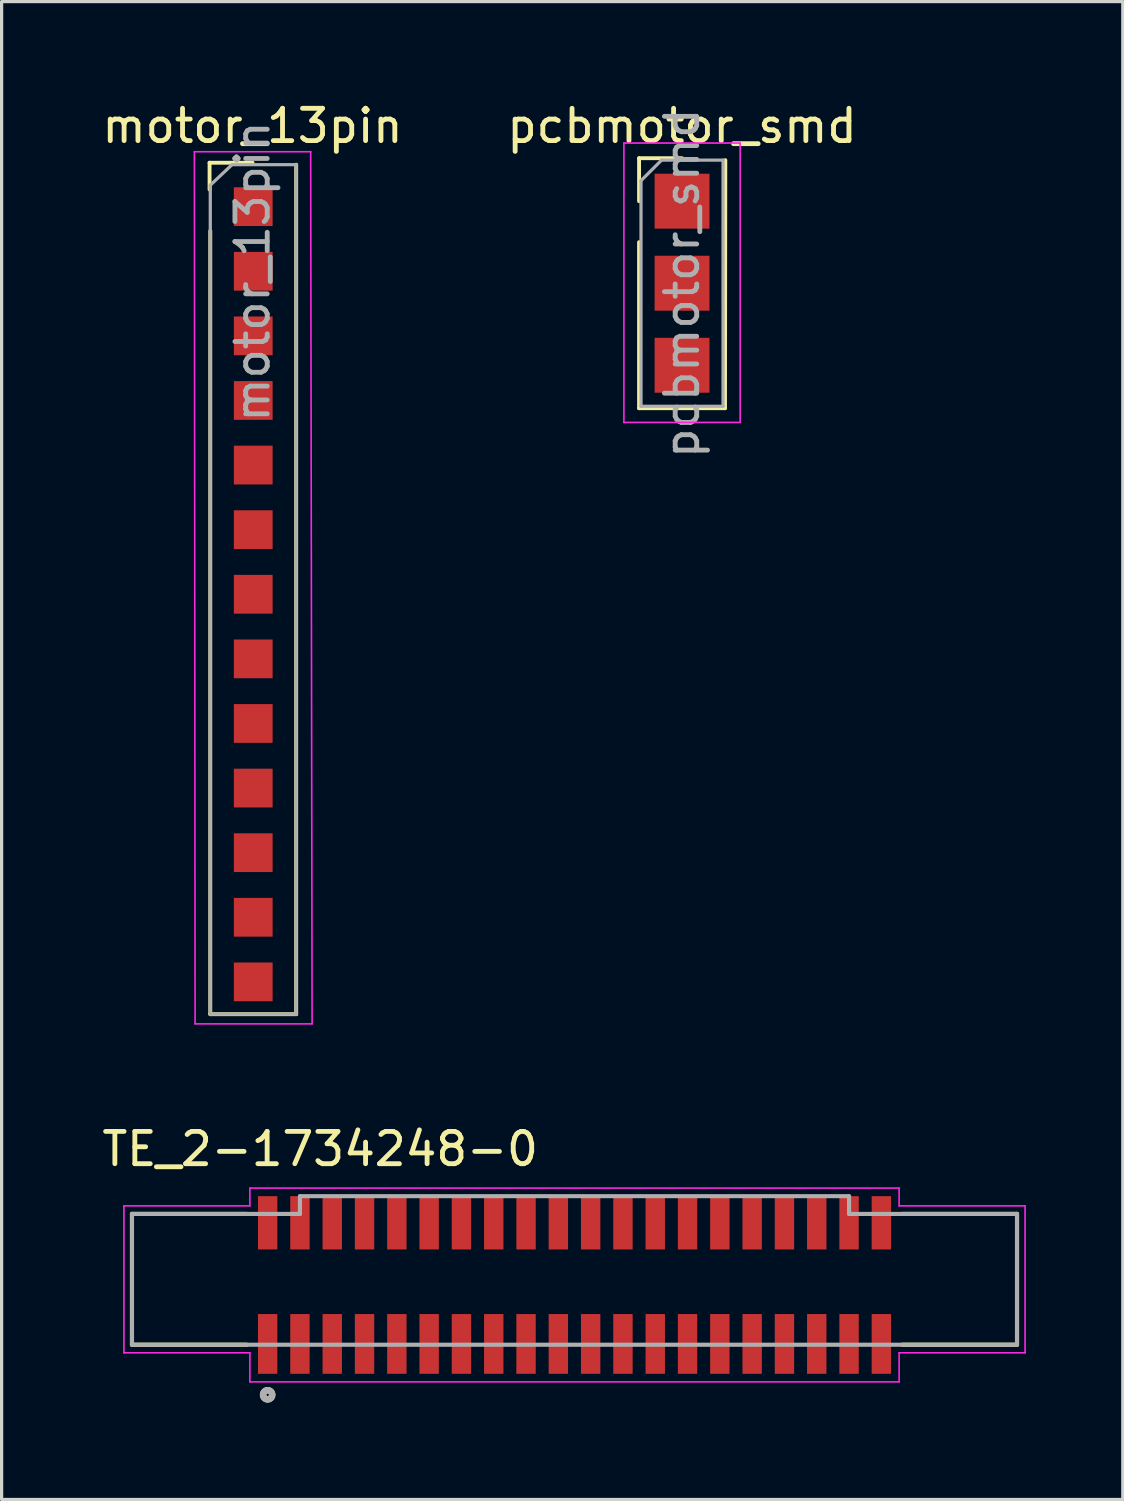
<source format=kicad_pcb>
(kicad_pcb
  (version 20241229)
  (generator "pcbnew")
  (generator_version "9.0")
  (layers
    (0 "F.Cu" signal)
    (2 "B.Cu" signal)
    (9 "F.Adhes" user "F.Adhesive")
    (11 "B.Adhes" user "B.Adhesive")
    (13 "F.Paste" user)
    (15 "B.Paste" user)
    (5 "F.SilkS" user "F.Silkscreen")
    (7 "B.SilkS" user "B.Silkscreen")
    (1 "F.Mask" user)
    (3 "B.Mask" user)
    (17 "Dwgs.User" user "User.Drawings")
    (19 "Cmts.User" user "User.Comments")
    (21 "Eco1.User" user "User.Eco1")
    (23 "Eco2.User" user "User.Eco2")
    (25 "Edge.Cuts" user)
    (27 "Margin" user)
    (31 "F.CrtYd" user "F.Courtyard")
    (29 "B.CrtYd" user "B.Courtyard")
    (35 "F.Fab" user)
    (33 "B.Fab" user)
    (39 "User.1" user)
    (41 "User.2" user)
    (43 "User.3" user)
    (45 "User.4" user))
  (footprint "TE_2-1734248-0"
    (layer "F.Cu")
    (at 14.206 36.572)
    (property "Reference" "TE_2-1734248-0" (at -7.343 -4.05 0) (layer "F.SilkS") (effects (font (size 1 1) (thickness 0.15))))
    (attr smd)
    (fp_line (start -13.17 -2.04) (end -9.62 -2.04) (stroke (width 0.127) (type solid)) (layer "F.SilkS"))
    (fp_line (start -13.17 2.01) (end -13.17 -2.04) (stroke (width 0.127) (type solid)) (layer "F.SilkS"))
    (fp_line (start -13.17 2.01) (end -9.62 2.01) (stroke (width 0.127) (type solid)) (layer "F.SilkS"))
    (fp_line (start 14.23 -2.04) (end 10.68 -2.04) (stroke (width 0.127) (type solid)) (layer "F.SilkS"))
    (fp_line (start 14.23 2.01) (end 10.68 2.01) (stroke (width 0.127) (type solid)) (layer "F.SilkS"))
    (fp_line (start 14.23 2.01) (end 14.23 -2.04) (stroke (width 0.127) (type solid)) (layer "F.SilkS"))
    (fp_circle (center -8.97 3.56) (end -8.829 3.56) (stroke (width 0.2) (type solid)) (fill no) (layer "F.SilkS"))
    (fp_line (start -13.42 -2.29) (end -9.52 -2.29) (stroke (width 0.05) (type solid)) (layer "F.CrtYd"))
    (fp_line (start -13.42 2.26) (end -13.42 -2.29) (stroke (width 0.05) (type solid)) (layer "F.CrtYd"))
    (fp_line (start -9.52 -2.84) (end 10.58 -2.84) (stroke (width 0.05) (type solid)) (layer "F.CrtYd"))
    (fp_line (start -9.52 -2.29) (end -9.52 -2.84) (stroke (width 0.05) (type solid)) (layer "F.CrtYd"))
    (fp_line (start -9.52 2.26) (end -13.42 2.26) (stroke (width 0.05) (type solid)) (layer "F.CrtYd"))
    (fp_line (start -9.52 3.16) (end -9.52 2.26) (stroke (width 0.05) (type solid)) (layer "F.CrtYd"))
    (fp_line (start 10.58 -2.84) (end 10.58 -2.29) (stroke (width 0.05) (type solid)) (layer "F.CrtYd"))
    (fp_line (start 10.58 -2.29) (end 14.48 -2.29) (stroke (width 0.05) (type solid)) (layer "F.CrtYd"))
    (fp_line (start 10.58 2.26) (end 10.58 3.16) (stroke (width 0.05) (type solid)) (layer "F.CrtYd"))
    (fp_line (start 10.58 3.16) (end -9.52 3.16) (stroke (width 0.05) (type solid)) (layer "F.CrtYd"))
    (fp_line (start 14.48 -2.29) (end 14.48 2.26) (stroke (width 0.05) (type solid)) (layer "F.CrtYd"))
    (fp_line (start 14.48 2.26) (end 10.58 2.26) (stroke (width 0.05) (type solid)) (layer "F.CrtYd"))
    (fp_line (start -13.17 -2.04) (end -7.97 -2.04) (stroke (width 0.127) (type solid)) (layer "F.Fab"))
    (fp_line (start -13.17 2.01) (end -13.17 -2.04) (stroke (width 0.127) (type solid)) (layer "F.Fab"))
    (fp_line (start -7.97 -2.59) (end 9.03 -2.59) (stroke (width 0.127) (type solid)) (layer "F.Fab"))
    (fp_line (start -7.97 -2.04) (end -7.97 -2.59) (stroke (width 0.127) (type solid)) (layer "F.Fab"))
    (fp_line (start 9.03 -2.04) (end 9.03 -2.59) (stroke (width 0.127) (type solid)) (layer "F.Fab"))
    (fp_line (start 14.23 -2.04) (end 9.03 -2.04) (stroke (width 0.127) (type solid)) (layer "F.Fab"))
    (fp_line (start 14.23 2.01) (end -13.17 2.01) (stroke (width 0.127) (type solid)) (layer "F.Fab"))
    (fp_line (start 14.23 2.01) (end 14.23 -2.04) (stroke (width 0.127) (type solid)) (layer "F.Fab"))
    (fp_circle (center -8.97 3.56) (end -8.829 3.56) (stroke (width 0.2) (type solid)) (fill no) (layer "F.Fab"))
    (pad "1" smd rect (at -8.97 1.985) (size 0.6 1.85) (layers "F.Cu" "F.Mask" "F.Paste"))
    (pad "1_1" smd rect (at -8.97 -1.765) (size 0.6 1.65) (layers "F.Cu" "F.Mask" "F.Paste"))
    (pad "2" smd rect (at -7.97 1.985) (size 0.6 1.85) (layers "F.Cu" "F.Mask" "F.Paste"))
    (pad "2_1" smd rect (at -7.97 -1.765) (size 0.6 1.65) (layers "F.Cu" "F.Mask" "F.Paste"))
    (pad "3" smd rect (at -6.97 1.985) (size 0.6 1.85) (layers "F.Cu" "F.Mask" "F.Paste"))
    (pad "3_1" smd rect (at -6.97 -1.765) (size 0.6 1.65) (layers "F.Cu" "F.Mask" "F.Paste"))
    (pad "4" smd rect (at -5.97 1.985) (size 0.6 1.85) (layers "F.Cu" "F.Mask" "F.Paste"))
    (pad "4_1" smd rect (at -5.97 -1.765) (size 0.6 1.65) (layers "F.Cu" "F.Mask" "F.Paste"))
    (pad "5" smd rect (at -4.97 1.985) (size 0.6 1.85) (layers "F.Cu" "F.Mask" "F.Paste"))
    (pad "5_1" smd rect (at -4.97 -1.765) (size 0.6 1.65) (layers "F.Cu" "F.Mask" "F.Paste"))
    (pad "6" smd rect (at -3.97 1.985) (size 0.6 1.85) (layers "F.Cu" "F.Mask" "F.Paste"))
    (pad "6_1" smd rect (at -3.97 -1.765) (size 0.6 1.65) (layers "F.Cu" "F.Mask" "F.Paste"))
    (pad "7" smd rect (at -2.97 1.985) (size 0.6 1.85) (layers "F.Cu" "F.Mask" "F.Paste"))
    (pad "7_1" smd rect (at -2.97 -1.765) (size 0.6 1.65) (layers "F.Cu" "F.Mask" "F.Paste"))
    (pad "8" smd rect (at -1.97 1.985) (size 0.6 1.85) (layers "F.Cu" "F.Mask" "F.Paste"))
    (pad "8_1" smd rect (at -1.97 -1.765) (size 0.6 1.65) (layers "F.Cu" "F.Mask" "F.Paste"))
    (pad "9" smd rect (at -0.97 1.985) (size 0.6 1.85) (layers "F.Cu" "F.Mask" "F.Paste"))
    (pad "9_1" smd rect (at -0.97 -1.765) (size 0.6 1.65) (layers "F.Cu" "F.Mask" "F.Paste"))
    (pad "10" smd rect (at 0.03 1.985) (size 0.6 1.85) (layers "F.Cu" "F.Mask" "F.Paste"))
    (pad "10_1" smd rect (at 0.03 -1.765) (size 0.6 1.65) (layers "F.Cu" "F.Mask" "F.Paste"))
    (pad "11" smd rect (at 1.03 1.985) (size 0.6 1.85) (layers "F.Cu" "F.Mask" "F.Paste"))
    (pad "11_1" smd rect (at 1.03 -1.765) (size 0.6 1.65) (layers "F.Cu" "F.Mask" "F.Paste"))
    (pad "12" smd rect (at 2.03 1.985) (size 0.6 1.85) (layers "F.Cu" "F.Mask" "F.Paste"))
    (pad "12_1" smd rect (at 2.03 -1.765) (size 0.6 1.65) (layers "F.Cu" "F.Mask" "F.Paste"))
    (pad "13" smd rect (at 3.03 1.985) (size 0.6 1.85) (layers "F.Cu" "F.Mask" "F.Paste"))
    (pad "13_1" smd rect (at 3.03 -1.765) (size 0.6 1.65) (layers "F.Cu" "F.Mask" "F.Paste"))
    (pad "14" smd rect (at 4.03 1.985) (size 0.6 1.85) (layers "F.Cu" "F.Mask" "F.Paste"))
    (pad "14_1" smd rect (at 4.03 -1.765) (size 0.6 1.65) (layers "F.Cu" "F.Mask" "F.Paste"))
    (pad "15" smd rect (at 5.03 1.985) (size 0.6 1.85) (layers "F.Cu" "F.Mask" "F.Paste"))
    (pad "15_1" smd rect (at 5.03 -1.765) (size 0.6 1.65) (layers "F.Cu" "F.Mask" "F.Paste"))
    (pad "16" smd rect (at 6.03 1.985) (size 0.6 1.85) (layers "F.Cu" "F.Mask" "F.Paste"))
    (pad "16_1" smd rect (at 6.03 -1.765) (size 0.6 1.65) (layers "F.Cu" "F.Mask" "F.Paste"))
    (pad "17" smd rect (at 7.03 1.985) (size 0.6 1.85) (layers "F.Cu" "F.Mask" "F.Paste"))
    (pad "17_1" smd rect (at 7.03 -1.765) (size 0.6 1.65) (layers "F.Cu" "F.Mask" "F.Paste"))
    (pad "18" smd rect (at 8.03 1.985) (size 0.6 1.85) (layers "F.Cu" "F.Mask" "F.Paste"))
    (pad "18_1" smd rect (at 8.03 -1.765) (size 0.6 1.65) (layers "F.Cu" "F.Mask" "F.Paste"))
    (pad "19" smd rect (at 9.03 1.985) (size 0.6 1.85) (layers "F.Cu" "F.Mask" "F.Paste"))
    (pad "19_1" smd rect (at 9.03 -1.765) (size 0.6 1.65) (layers "F.Cu" "F.Mask" "F.Paste"))
    (pad "20" smd rect (at 10.03 1.985) (size 0.6 1.85) (layers "F.Cu" "F.Mask" "F.Paste"))
    (pad "20_1" smd rect (at 10.03 -1.765) (size 0.6 1.65) (layers "F.Cu" "F.Mask" "F.Paste")))
  (footprint "pcbmotor_smd"
    (layer "F.Cu")
    (at 18.065 3.178)
    (property "Reference" "pcbmotor_smd" (at 0 -2.33 0) (layer "F.SilkS") (effects (font (size 1 1) (thickness 0.15))))
    (attr through_hole)
    (fp_line (start -1.33 -1.33) (end 0 -1.33) (stroke (width 0.12) (type solid)) (layer "F.SilkS"))
    (fp_line (start -1.33 0) (end -1.33 -1.33) (stroke (width 0.12) (type solid)) (layer "F.SilkS"))
    (fp_line (start -1.33 1.27) (end -1.33 6.41) (stroke (width 0.12) (type solid)) (layer "F.SilkS"))
    (fp_line (start -1.33 6.41) (end 1.33 6.41) (stroke (width 0.12) (type solid)) (layer "F.SilkS"))
    (fp_line (start 1.34 -1.27) (end 1.33 6.41) (stroke (width 0.12) (type solid)) (layer "F.SilkS"))
    (fp_line (start -1.8 -1.8) (end -1.8 6.85) (stroke (width 0.05) (type solid)) (layer "F.CrtYd"))
    (fp_line (start -1.8 6.85) (end 1.8 6.85) (stroke (width 0.05) (type solid)) (layer "F.CrtYd"))
    (fp_line (start 1.8 -1.8) (end -1.8 -1.8) (stroke (width 0.05) (type solid)) (layer "F.CrtYd"))
    (fp_line (start 1.8 6.85) (end 1.8 -1.8) (stroke (width 0.05) (type solid)) (layer "F.CrtYd"))
    (fp_line (start -1.27 -0.635) (end -0.635 -1.27) (stroke (width 0.1) (type solid)) (layer "F.Fab"))
    (fp_line (start -1.27 6.35) (end -1.27 -0.635) (stroke (width 0.1) (type solid)) (layer "F.Fab"))
    (fp_line (start -0.635 -1.27) (end 1.27 -1.27) (stroke (width 0.1) (type solid)) (layer "F.Fab"))
    (fp_line (start 1.27 -1.27) (end 1.27 6.35) (stroke (width 0.1) (type solid)) (layer "F.Fab"))
    (fp_line (start 1.27 6.35) (end -1.27 6.35) (stroke (width 0.1) (type solid)) (layer "F.Fab"))
    (fp_text user "${REFERENCE}" (at 0 2.54 90) (layer "F.Fab") (effects (font (size 1 1) (thickness 0.15))))
    (pad "1" smd rect (at 0 0) (size 1.7 1.7) (layers "F.Cu" "F.Mask" "F.Paste"))
    (pad "2" smd rect (at 0 2.54) (size 1.7 1.7) (layers "F.Cu" "F.Mask" "F.Paste"))
    (pad "3" smd rect (at 0 5.08) (size 1.7 1.7) (layers "F.Cu" "F.Mask" "F.Paste")))
  (footprint "motor_13pin"
    (layer "F.Cu")
    (at 4.79 5.348)
    (property "Reference" "motor_13pin" (at -0.022 -4.5 0) (layer "F.SilkS") (effects (font (size 1 1) (thickness 0.15))))
    (attr smd)
    (fp_line (start -1.352 -3.36) (end -0.022 -3.36) (stroke (width 0.12) (type solid)) (layer "F.SilkS"))
    (fp_line (start -1.352 -2.532) (end -1.352 -3.36) (stroke (width 0.12) (type solid)) (layer "F.SilkS"))
    (fp_line (start -1.33 -1.25) (end -1.33 23) (stroke (width 0.12) (type solid)) (layer "F.SilkS"))
    (fp_line (start -1.33 23) (end 1.33 23) (stroke (width 0.12) (type solid)) (layer "F.SilkS"))
    (fp_line (start 1.33 -3.3) (end 1.33 23) (stroke (width 0.12) (type solid)) (layer "F.SilkS"))
    (fp_line (start -1.822 -3.7) (end -1.8 23.3) (stroke (width 0.05) (type solid)) (layer "F.CrtYd"))
    (fp_line (start -1.8 23.3) (end 1.822 23.3) (stroke (width 0.05) (type solid)) (layer "F.CrtYd"))
    (fp_line (start 1.778 -3.7) (end -1.822 -3.7) (stroke (width 0.05) (type solid)) (layer "F.CrtYd"))
    (fp_line (start 1.822 23.3) (end 1.778 -3.7) (stroke (width 0.05) (type solid)) (layer "F.CrtYd"))
    (fp_line (start -1.33 -2.665) (end -0.657 -3.3) (stroke (width 0.1) (type solid)) (layer "F.Fab"))
    (fp_line (start -1.33 23) (end -1.33 -2.665) (stroke (width 0.1) (type solid)) (layer "F.Fab"))
    (fp_line (start -0.657 -3.3) (end 1.33 -3.3) (stroke (width 0.1) (type solid)) (layer "F.Fab"))
    (fp_line (start 1.33 -3.3) (end 1.33 23) (stroke (width 0.1) (type solid)) (layer "F.Fab"))
    (fp_line (start 1.33 23) (end -1.33 23) (stroke (width 0.1) (type solid)) (layer "F.Fab"))
    (fp_text user "${REFERENCE}" (at -0.022 0.008 90) (layer "F.Fab") (effects (font (size 1 1) (thickness 0.15))))
    (pad "1" smd rect (at 0 -2) (size 1.2 1.2) (layers "F.Cu" "F.Mask" "F.Paste"))
    (pad "2" smd rect (at 0 0) (size 1.2 1.2) (layers "F.Cu" "F.Mask" "F.Paste"))
    (pad "3" smd rect (at 0 2) (size 1.2 1.2) (layers "F.Cu" "F.Mask" "F.Paste"))
    (pad "4" smd rect (at 0 4) (size 1.2 1.2) (layers "F.Cu" "F.Mask" "F.Paste"))
    (pad "5" smd rect (at 0 6) (size 1.2 1.2) (layers "F.Cu" "F.Mask" "F.Paste"))
    (pad "6" smd rect (at 0 8) (size 1.2 1.2) (layers "F.Cu" "F.Mask" "F.Paste"))
    (pad "7" smd rect (at 0 10 90) (size 1.2 1.2) (layers "F.Cu" "F.Mask" "F.Paste"))
    (pad "8" smd rect (at 0 12 90) (size 1.2 1.2) (layers "F.Cu" "F.Mask" "F.Paste"))
    (pad "9" smd rect (at 0 14 90) (size 1.2 1.2) (layers "F.Cu" "F.Mask" "F.Paste"))
    (pad "10" smd rect (at 0 16 90) (size 1.2 1.2) (layers "F.Cu" "F.Mask" "F.Paste"))
    (pad "11" smd rect (at 0 18 90) (size 1.2 1.2) (layers "F.Cu" "F.Mask" "F.Paste"))
    (pad "12" smd rect (at 0 20 90) (size 1.2 1.2) (layers "F.Cu" "F.Mask" "F.Paste"))
    (pad "13" smd rect (at 0 22 90) (size 1.2 1.2) (layers "F.Cu" "F.Mask" "F.Paste")))
  (gr_rect
    (start -3 -3)
    (end 31.711 43.373)
    (stroke (width 0.1) (type default))
    (fill no)
    (layer "Edge.Cuts")))
</source>
